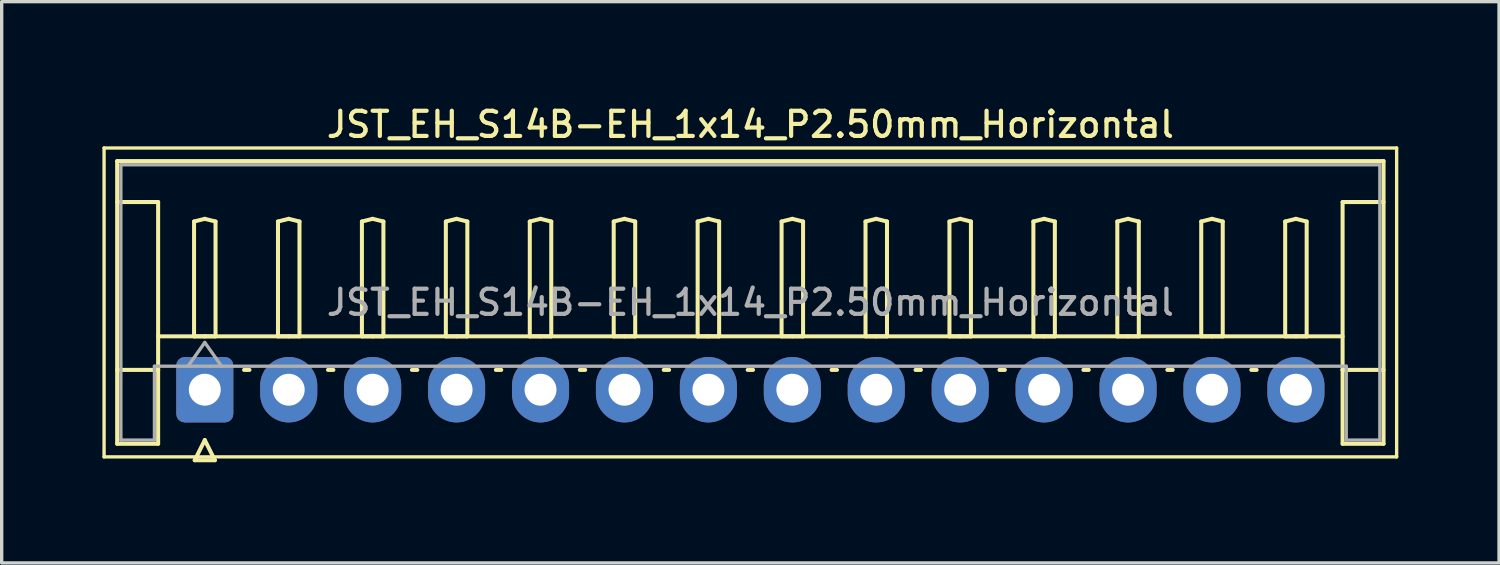
<source format=kicad_pcb>
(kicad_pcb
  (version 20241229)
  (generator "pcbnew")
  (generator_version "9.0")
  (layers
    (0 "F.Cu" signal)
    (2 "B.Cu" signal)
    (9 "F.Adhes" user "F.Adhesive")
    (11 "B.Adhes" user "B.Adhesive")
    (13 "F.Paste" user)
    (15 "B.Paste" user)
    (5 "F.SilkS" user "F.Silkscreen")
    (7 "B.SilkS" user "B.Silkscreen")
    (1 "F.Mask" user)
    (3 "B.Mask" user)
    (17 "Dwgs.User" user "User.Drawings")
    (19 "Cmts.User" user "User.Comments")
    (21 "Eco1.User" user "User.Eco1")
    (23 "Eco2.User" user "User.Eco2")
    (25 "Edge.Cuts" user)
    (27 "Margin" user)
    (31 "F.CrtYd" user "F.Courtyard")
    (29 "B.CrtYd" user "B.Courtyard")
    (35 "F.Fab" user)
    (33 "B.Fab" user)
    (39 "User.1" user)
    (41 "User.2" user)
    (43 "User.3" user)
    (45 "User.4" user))
  (footprint "JST_EH_S14B-EH_1x14_P2.50mm_Horizontal"
    (layer "F.Cu")
    (at 3.05 8.558)
    (property "Reference" "JST_EH_S14B-EH_1x14_P2.50mm_Horizontal" (at 16.25 -7.9 0) (layer "F.SilkS") (effects (font (size 0.75 0.75) (thickness 0.125))))
    (attr through_hole)
    (fp_line (start -3 -7.2) (end -3 2) (stroke (width 0.1) (type solid)) (layer "F.SilkS"))
    (fp_line (start -3 2) (end 35.5 2) (stroke (width 0.1) (type solid)) (layer "F.SilkS"))
    (fp_line (start -2.61 -6.81) (end 35.11 -6.81) (stroke (width 0.12) (type solid)) (layer "F.SilkS"))
    (fp_line (start -2.61 -5.59) (end -1.39 -5.59) (stroke (width 0.12) (type solid)) (layer "F.SilkS"))
    (fp_line (start -2.61 1.61) (end -2.61 -6.81) (stroke (width 0.12) (type solid)) (layer "F.SilkS"))
    (fp_line (start -1.39 -5.59) (end -1.39 -0.59) (stroke (width 0.12) (type solid)) (layer "F.SilkS"))
    (fp_line (start -1.39 -1.59) (end 33.89 -1.59) (stroke (width 0.12) (type solid)) (layer "F.SilkS"))
    (fp_line (start -1.39 -0.59) (end -2.61 -0.59) (stroke (width 0.12) (type solid)) (layer "F.SilkS"))
    (fp_line (start -1.39 -0.59) (end -1.39 1.61) (stroke (width 0.12) (type solid)) (layer "F.SilkS"))
    (fp_line (start -1.39 1.61) (end -2.61 1.61) (stroke (width 0.12) (type solid)) (layer "F.SilkS"))
    (fp_line (start -0.32 -5.01) (end 0 -5.09) (stroke (width 0.12) (type solid)) (layer "F.SilkS"))
    (fp_line (start -0.32 -1.59) (end -0.32 -5.01) (stroke (width 0.12) (type solid)) (layer "F.SilkS"))
    (fp_line (start -0.3 2.1) (end 0.3 2.1) (stroke (width 0.12) (type solid)) (layer "F.SilkS"))
    (fp_line (start 0 -5.09) (end 0.32 -5.01) (stroke (width 0.12) (type solid)) (layer "F.SilkS"))
    (fp_line (start 0 -1.59) (end -0.32 -1.59) (stroke (width 0.12) (type solid)) (layer "F.SilkS"))
    (fp_line (start 0 1.5) (end -0.3 2.1) (stroke (width 0.12) (type solid)) (layer "F.SilkS"))
    (fp_line (start 0.3 2.1) (end 0 1.5) (stroke (width 0.12) (type solid)) (layer "F.SilkS"))
    (fp_line (start 0.32 -5.01) (end 0.32 -1.59) (stroke (width 0.12) (type solid)) (layer "F.SilkS"))
    (fp_line (start 0.32 -1.59) (end 0 -1.59) (stroke (width 0.12) (type solid)) (layer "F.SilkS"))
    (fp_line (start 1.17 -0.59) (end 1.33 -0.59) (stroke (width 0.12) (type solid)) (layer "F.SilkS"))
    (fp_line (start 2.18 -5.01) (end 2.5 -5.09) (stroke (width 0.12) (type solid)) (layer "F.SilkS"))
    (fp_line (start 2.18 -1.59) (end 2.18 -5.01) (stroke (width 0.12) (type solid)) (layer "F.SilkS"))
    (fp_line (start 2.5 -5.09) (end 2.82 -5.01) (stroke (width 0.12) (type solid)) (layer "F.SilkS"))
    (fp_line (start 2.5 -1.59) (end 2.18 -1.59) (stroke (width 0.12) (type solid)) (layer "F.SilkS"))
    (fp_line (start 2.82 -5.01) (end 2.82 -1.59) (stroke (width 0.12) (type solid)) (layer "F.SilkS"))
    (fp_line (start 2.82 -1.59) (end 2.5 -1.59) (stroke (width 0.12) (type solid)) (layer "F.SilkS"))
    (fp_line (start 3.67 -0.59) (end 3.83 -0.59) (stroke (width 0.12) (type solid)) (layer "F.SilkS"))
    (fp_line (start 4.68 -5.01) (end 5 -5.09) (stroke (width 0.12) (type solid)) (layer "F.SilkS"))
    (fp_line (start 4.68 -1.59) (end 4.68 -5.01) (stroke (width 0.12) (type solid)) (layer "F.SilkS"))
    (fp_line (start 5 -5.09) (end 5.32 -5.01) (stroke (width 0.12) (type solid)) (layer "F.SilkS"))
    (fp_line (start 5 -1.59) (end 4.68 -1.59) (stroke (width 0.12) (type solid)) (layer "F.SilkS"))
    (fp_line (start 5.32 -5.01) (end 5.32 -1.59) (stroke (width 0.12) (type solid)) (layer "F.SilkS"))
    (fp_line (start 5.32 -1.59) (end 5 -1.59) (stroke (width 0.12) (type solid)) (layer "F.SilkS"))
    (fp_line (start 6.17 -0.59) (end 6.33 -0.59) (stroke (width 0.12) (type solid)) (layer "F.SilkS"))
    (fp_line (start 7.18 -5.01) (end 7.5 -5.09) (stroke (width 0.12) (type solid)) (layer "F.SilkS"))
    (fp_line (start 7.18 -1.59) (end 7.18 -5.01) (stroke (width 0.12) (type solid)) (layer "F.SilkS"))
    (fp_line (start 7.5 -5.09) (end 7.82 -5.01) (stroke (width 0.12) (type solid)) (layer "F.SilkS"))
    (fp_line (start 7.5 -1.59) (end 7.18 -1.59) (stroke (width 0.12) (type solid)) (layer "F.SilkS"))
    (fp_line (start 7.82 -5.01) (end 7.82 -1.59) (stroke (width 0.12) (type solid)) (layer "F.SilkS"))
    (fp_line (start 7.82 -1.59) (end 7.5 -1.59) (stroke (width 0.12) (type solid)) (layer "F.SilkS"))
    (fp_line (start 8.67 -0.59) (end 8.83 -0.59) (stroke (width 0.12) (type solid)) (layer "F.SilkS"))
    (fp_line (start 9.68 -5.01) (end 10 -5.09) (stroke (width 0.12) (type solid)) (layer "F.SilkS"))
    (fp_line (start 9.68 -1.59) (end 9.68 -5.01) (stroke (width 0.12) (type solid)) (layer "F.SilkS"))
    (fp_line (start 10 -5.09) (end 10.32 -5.01) (stroke (width 0.12) (type solid)) (layer "F.SilkS"))
    (fp_line (start 10 -1.59) (end 9.68 -1.59) (stroke (width 0.12) (type solid)) (layer "F.SilkS"))
    (fp_line (start 10.32 -5.01) (end 10.32 -1.59) (stroke (width 0.12) (type solid)) (layer "F.SilkS"))
    (fp_line (start 10.32 -1.59) (end 10 -1.59) (stroke (width 0.12) (type solid)) (layer "F.SilkS"))
    (fp_line (start 11.17 -0.59) (end 11.33 -0.59) (stroke (width 0.12) (type solid)) (layer "F.SilkS"))
    (fp_line (start 12.18 -5.01) (end 12.5 -5.09) (stroke (width 0.12) (type solid)) (layer "F.SilkS"))
    (fp_line (start 12.18 -1.59) (end 12.18 -5.01) (stroke (width 0.12) (type solid)) (layer "F.SilkS"))
    (fp_line (start 12.5 -5.09) (end 12.82 -5.01) (stroke (width 0.12) (type solid)) (layer "F.SilkS"))
    (fp_line (start 12.5 -1.59) (end 12.18 -1.59) (stroke (width 0.12) (type solid)) (layer "F.SilkS"))
    (fp_line (start 12.82 -5.01) (end 12.82 -1.59) (stroke (width 0.12) (type solid)) (layer "F.SilkS"))
    (fp_line (start 12.82 -1.59) (end 12.5 -1.59) (stroke (width 0.12) (type solid)) (layer "F.SilkS"))
    (fp_line (start 13.67 -0.59) (end 13.83 -0.59) (stroke (width 0.12) (type solid)) (layer "F.SilkS"))
    (fp_line (start 14.68 -5.01) (end 15 -5.09) (stroke (width 0.12) (type solid)) (layer "F.SilkS"))
    (fp_line (start 14.68 -1.59) (end 14.68 -5.01) (stroke (width 0.12) (type solid)) (layer "F.SilkS"))
    (fp_line (start 15 -5.09) (end 15.32 -5.01) (stroke (width 0.12) (type solid)) (layer "F.SilkS"))
    (fp_line (start 15 -1.59) (end 14.68 -1.59) (stroke (width 0.12) (type solid)) (layer "F.SilkS"))
    (fp_line (start 15.32 -5.01) (end 15.32 -1.59) (stroke (width 0.12) (type solid)) (layer "F.SilkS"))
    (fp_line (start 15.32 -1.59) (end 15 -1.59) (stroke (width 0.12) (type solid)) (layer "F.SilkS"))
    (fp_line (start 16.17 -0.59) (end 16.33 -0.59) (stroke (width 0.12) (type solid)) (layer "F.SilkS"))
    (fp_line (start 17.18 -5.01) (end 17.5 -5.09) (stroke (width 0.12) (type solid)) (layer "F.SilkS"))
    (fp_line (start 17.18 -1.59) (end 17.18 -5.01) (stroke (width 0.12) (type solid)) (layer "F.SilkS"))
    (fp_line (start 17.5 -5.09) (end 17.82 -5.01) (stroke (width 0.12) (type solid)) (layer "F.SilkS"))
    (fp_line (start 17.5 -1.59) (end 17.18 -1.59) (stroke (width 0.12) (type solid)) (layer "F.SilkS"))
    (fp_line (start 17.82 -5.01) (end 17.82 -1.59) (stroke (width 0.12) (type solid)) (layer "F.SilkS"))
    (fp_line (start 17.82 -1.59) (end 17.5 -1.59) (stroke (width 0.12) (type solid)) (layer "F.SilkS"))
    (fp_line (start 18.67 -0.59) (end 18.83 -0.59) (stroke (width 0.12) (type solid)) (layer "F.SilkS"))
    (fp_line (start 19.68 -5.01) (end 20 -5.09) (stroke (width 0.12) (type solid)) (layer "F.SilkS"))
    (fp_line (start 19.68 -1.59) (end 19.68 -5.01) (stroke (width 0.12) (type solid)) (layer "F.SilkS"))
    (fp_line (start 20 -5.09) (end 20.32 -5.01) (stroke (width 0.12) (type solid)) (layer "F.SilkS"))
    (fp_line (start 20 -1.59) (end 19.68 -1.59) (stroke (width 0.12) (type solid)) (layer "F.SilkS"))
    (fp_line (start 20.32 -5.01) (end 20.32 -1.59) (stroke (width 0.12) (type solid)) (layer "F.SilkS"))
    (fp_line (start 20.32 -1.59) (end 20 -1.59) (stroke (width 0.12) (type solid)) (layer "F.SilkS"))
    (fp_line (start 21.17 -0.59) (end 21.33 -0.59) (stroke (width 0.12) (type solid)) (layer "F.SilkS"))
    (fp_line (start 22.18 -5.01) (end 22.5 -5.09) (stroke (width 0.12) (type solid)) (layer "F.SilkS"))
    (fp_line (start 22.18 -1.59) (end 22.18 -5.01) (stroke (width 0.12) (type solid)) (layer "F.SilkS"))
    (fp_line (start 22.5 -5.09) (end 22.82 -5.01) (stroke (width 0.12) (type solid)) (layer "F.SilkS"))
    (fp_line (start 22.5 -1.59) (end 22.18 -1.59) (stroke (width 0.12) (type solid)) (layer "F.SilkS"))
    (fp_line (start 22.82 -5.01) (end 22.82 -1.59) (stroke (width 0.12) (type solid)) (layer "F.SilkS"))
    (fp_line (start 22.82 -1.59) (end 22.5 -1.59) (stroke (width 0.12) (type solid)) (layer "F.SilkS"))
    (fp_line (start 23.67 -0.59) (end 23.83 -0.59) (stroke (width 0.12) (type solid)) (layer "F.SilkS"))
    (fp_line (start 24.68 -5.01) (end 25 -5.09) (stroke (width 0.12) (type solid)) (layer "F.SilkS"))
    (fp_line (start 24.68 -1.59) (end 24.68 -5.01) (stroke (width 0.12) (type solid)) (layer "F.SilkS"))
    (fp_line (start 25 -5.09) (end 25.32 -5.01) (stroke (width 0.12) (type solid)) (layer "F.SilkS"))
    (fp_line (start 25 -1.59) (end 24.68 -1.59) (stroke (width 0.12) (type solid)) (layer "F.SilkS"))
    (fp_line (start 25.32 -5.01) (end 25.32 -1.59) (stroke (width 0.12) (type solid)) (layer "F.SilkS"))
    (fp_line (start 25.32 -1.59) (end 25 -1.59) (stroke (width 0.12) (type solid)) (layer "F.SilkS"))
    (fp_line (start 26.17 -0.59) (end 26.33 -0.59) (stroke (width 0.12) (type solid)) (layer "F.SilkS"))
    (fp_line (start 27.18 -5.01) (end 27.5 -5.09) (stroke (width 0.12) (type solid)) (layer "F.SilkS"))
    (fp_line (start 27.18 -1.59) (end 27.18 -5.01) (stroke (width 0.12) (type solid)) (layer "F.SilkS"))
    (fp_line (start 27.5 -5.09) (end 27.82 -5.01) (stroke (width 0.12) (type solid)) (layer "F.SilkS"))
    (fp_line (start 27.5 -1.59) (end 27.18 -1.59) (stroke (width 0.12) (type solid)) (layer "F.SilkS"))
    (fp_line (start 27.82 -5.01) (end 27.82 -1.59) (stroke (width 0.12) (type solid)) (layer "F.SilkS"))
    (fp_line (start 27.82 -1.59) (end 27.5 -1.59) (stroke (width 0.12) (type solid)) (layer "F.SilkS"))
    (fp_line (start 28.67 -0.59) (end 28.83 -0.59) (stroke (width 0.12) (type solid)) (layer "F.SilkS"))
    (fp_line (start 29.68 -5.01) (end 30 -5.09) (stroke (width 0.12) (type solid)) (layer "F.SilkS"))
    (fp_line (start 29.68 -1.59) (end 29.68 -5.01) (stroke (width 0.12) (type solid)) (layer "F.SilkS"))
    (fp_line (start 30 -5.09) (end 30.32 -5.01) (stroke (width 0.12) (type solid)) (layer "F.SilkS"))
    (fp_line (start 30 -1.59) (end 29.68 -1.59) (stroke (width 0.12) (type solid)) (layer "F.SilkS"))
    (fp_line (start 30.32 -5.01) (end 30.32 -1.59) (stroke (width 0.12) (type solid)) (layer "F.SilkS"))
    (fp_line (start 30.32 -1.59) (end 30 -1.59) (stroke (width 0.12) (type solid)) (layer "F.SilkS"))
    (fp_line (start 31.17 -0.59) (end 31.33 -0.59) (stroke (width 0.12) (type solid)) (layer "F.SilkS"))
    (fp_line (start 32.18 -5.01) (end 32.5 -5.09) (stroke (width 0.12) (type solid)) (layer "F.SilkS"))
    (fp_line (start 32.18 -1.59) (end 32.18 -5.01) (stroke (width 0.12) (type solid)) (layer "F.SilkS"))
    (fp_line (start 32.5 -5.09) (end 32.82 -5.01) (stroke (width 0.12) (type solid)) (layer "F.SilkS"))
    (fp_line (start 32.5 -1.59) (end 32.18 -1.59) (stroke (width 0.12) (type solid)) (layer "F.SilkS"))
    (fp_line (start 32.82 -5.01) (end 32.82 -1.59) (stroke (width 0.12) (type solid)) (layer "F.SilkS"))
    (fp_line (start 32.82 -1.59) (end 32.5 -1.59) (stroke (width 0.12) (type solid)) (layer "F.SilkS"))
    (fp_line (start 33.89 -5.59) (end 33.89 -0.59) (stroke (width 0.12) (type solid)) (layer "F.SilkS"))
    (fp_line (start 33.89 -0.59) (end 35.11 -0.59) (stroke (width 0.12) (type solid)) (layer "F.SilkS"))
    (fp_line (start 33.89 1.61) (end 33.89 -0.59) (stroke (width 0.12) (type solid)) (layer "F.SilkS"))
    (fp_line (start 35.11 -6.81) (end 35.11 1.61) (stroke (width 0.12) (type solid)) (layer "F.SilkS"))
    (fp_line (start 35.11 -5.59) (end 33.89 -5.59) (stroke (width 0.12) (type solid)) (layer "F.SilkS"))
    (fp_line (start 35.11 1.61) (end 33.89 1.61) (stroke (width 0.12) (type solid)) (layer "F.SilkS"))
    (fp_line (start 35.5 -7.2) (end -3 -7.2) (stroke (width 0.1) (type solid)) (layer "F.SilkS"))
    (fp_line (start 35.5 2) (end 35.5 -7.2) (stroke (width 0.1) (type solid)) (layer "F.SilkS"))
    (fp_line (start -2.5 -6.7) (end 35 -6.7) (stroke (width 0.1) (type solid)) (layer "F.Fab"))
    (fp_line (start -2.5 1.5) (end -2.5 -6.7) (stroke (width 0.1) (type solid)) (layer "F.Fab"))
    (fp_line (start -1.5 -0.7) (end -1.5 1.5) (stroke (width 0.1) (type solid)) (layer "F.Fab"))
    (fp_line (start -1.5 1.5) (end -2.5 1.5) (stroke (width 0.1) (type solid)) (layer "F.Fab"))
    (fp_line (start -0.5 -0.7) (end 0 -1.407) (stroke (width 0.1) (type solid)) (layer "F.Fab"))
    (fp_line (start 0 -1.407) (end 0.5 -0.7) (stroke (width 0.1) (type solid)) (layer "F.Fab"))
    (fp_line (start 34 -0.7) (end -1.5 -0.7) (stroke (width 0.1) (type solid)) (layer "F.Fab"))
    (fp_line (start 34 1.5) (end 34 -0.7) (stroke (width 0.1) (type solid)) (layer "F.Fab"))
    (fp_line (start 35 -6.7) (end 35 1.5) (stroke (width 0.1) (type solid)) (layer "F.Fab"))
    (fp_line (start 35 1.5) (end 34 1.5) (stroke (width 0.1) (type solid)) (layer "F.Fab"))
    (fp_text user "${REFERENCE}" (at 16.25 -2.6 0) (layer "F.Fab") (effects (font (size 0.75 0.75) (thickness 0.125))))
    (pad "1" thru_hole roundrect (at 0 0) (size 1.7 1.95) (drill 0.95) (layers "*.Cu" "*.Mask") (roundrect_rratio 0.147))
    (pad "2" thru_hole oval (at 2.5 0) (size 1.7 1.95) (drill 0.95) (layers "*.Cu" "*.Mask"))
    (pad "3" thru_hole oval (at 5 0) (size 1.7 1.95) (drill 0.95) (layers "*.Cu" "*.Mask"))
    (pad "4" thru_hole oval (at 7.5 0) (size 1.7 1.95) (drill 0.95) (layers "*.Cu" "*.Mask"))
    (pad "5" thru_hole oval (at 10 0) (size 1.7 1.95) (drill 0.95) (layers "*.Cu" "*.Mask"))
    (pad "6" thru_hole oval (at 12.5 0) (size 1.7 1.95) (drill 0.95) (layers "*.Cu" "*.Mask"))
    (pad "7" thru_hole oval (at 15 0) (size 1.7 1.95) (drill 0.95) (layers "*.Cu" "*.Mask"))
    (pad "8" thru_hole oval (at 17.5 0) (size 1.7 1.95) (drill 0.95) (layers "*.Cu" "*.Mask"))
    (pad "9" thru_hole oval (at 20 0) (size 1.7 1.95) (drill 0.95) (layers "*.Cu" "*.Mask"))
    (pad "10" thru_hole oval (at 22.5 0) (size 1.7 1.95) (drill 0.95) (layers "*.Cu" "*.Mask"))
    (pad "11" thru_hole oval (at 25 0) (size 1.7 1.95) (drill 0.95) (layers "*.Cu" "*.Mask"))
    (pad "12" thru_hole oval (at 27.5 0) (size 1.7 1.95) (drill 0.95) (layers "*.Cu" "*.Mask"))
    (pad "13" thru_hole oval (at 30 0) (size 1.7 1.95) (drill 0.95) (layers "*.Cu" "*.Mask"))
    (pad "14" thru_hole oval (at 32.5 0) (size 1.7 1.95) (drill 0.95) (layers "*.Cu" "*.Mask")))
  (gr_rect
    (start -3 -3)
    (end 41.6 13.718)
    (stroke (width 0.1) (type default))
    (fill no)
    (layer "Edge.Cuts")))
</source>
